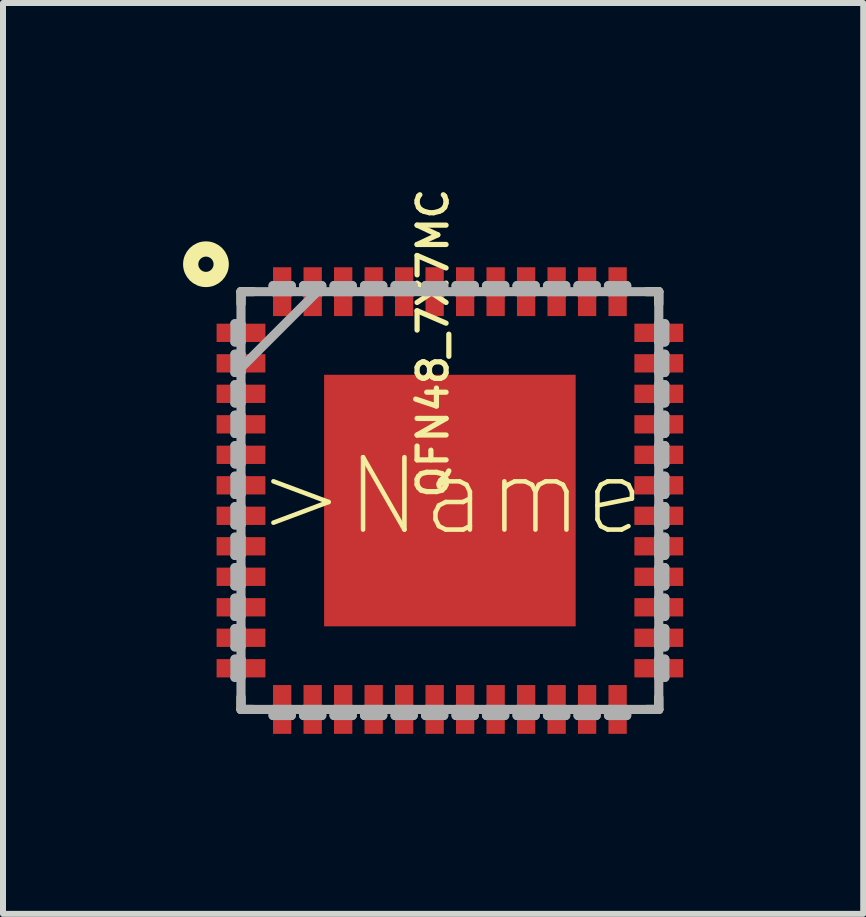
<source format=kicad_pcb>
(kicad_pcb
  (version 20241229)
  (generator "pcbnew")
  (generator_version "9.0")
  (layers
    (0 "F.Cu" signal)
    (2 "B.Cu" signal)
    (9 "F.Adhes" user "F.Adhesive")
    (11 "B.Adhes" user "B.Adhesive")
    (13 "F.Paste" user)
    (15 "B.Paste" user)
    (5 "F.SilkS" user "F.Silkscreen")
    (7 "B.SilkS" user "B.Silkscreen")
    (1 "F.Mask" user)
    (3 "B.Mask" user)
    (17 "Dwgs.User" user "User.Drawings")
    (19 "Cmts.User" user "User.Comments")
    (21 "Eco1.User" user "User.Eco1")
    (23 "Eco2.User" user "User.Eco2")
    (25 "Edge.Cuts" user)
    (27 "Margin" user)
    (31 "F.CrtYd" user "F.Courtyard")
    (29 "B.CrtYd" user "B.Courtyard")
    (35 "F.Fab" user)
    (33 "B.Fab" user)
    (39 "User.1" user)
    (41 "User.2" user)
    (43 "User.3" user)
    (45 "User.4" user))
  (footprint "QFN48_7X7MC"
    (layer "F.Cu")
    (at 4.445 5.289)
    (property "Reference" "QFN48_7X7MC" (at 0 0 90) (layer "F.SilkS") (effects (font (size 0.483 0.483) (thickness 0.087)) (justify left bottom)))
    (attr through_hole)
    (fp_line (start -3.48 -3.48) (end -3.48 -3.277) (stroke (width 0.152) (type solid)) (layer "F.SilkS"))
    (fp_line (start -3.48 3.277) (end -3.48 3.48) (stroke (width 0.152) (type solid)) (layer "F.SilkS"))
    (fp_line (start -3.48 3.48) (end -3.277 3.48) (stroke (width 0.152) (type solid)) (layer "F.SilkS"))
    (fp_line (start -3.277 -3.48) (end -3.48 -3.48) (stroke (width 0.152) (type solid)) (layer "F.SilkS"))
    (fp_line (start 3.277 3.48) (end 3.48 3.48) (stroke (width 0.152) (type solid)) (layer "F.SilkS"))
    (fp_line (start 3.48 -3.48) (end 3.277 -3.48) (stroke (width 0.152) (type solid)) (layer "F.SilkS"))
    (fp_line (start 3.48 -3.277) (end 3.48 -3.48) (stroke (width 0.152) (type solid)) (layer "F.SilkS"))
    (fp_line (start 3.48 3.48) (end 3.48 3.277) (stroke (width 0.152) (type solid)) (layer "F.SilkS"))
    (fp_circle (center -4.064 -3.937) (end -3.81 -3.937) (stroke (width 0.254) (type solid)) (fill no) (layer "F.SilkS"))
    (fp_poly (pts (xy -1.996 -1.996) (xy -1.996 -0.798) (xy -0.798 -0.798) (xy -0.798 -1.996)) (stroke (width 0) (type solid)) (fill yes) (layer "F.Paste"))
    (fp_poly (pts (xy -1.996 -0.599) (xy -1.996 0.599) (xy -0.798 0.599) (xy -0.798 -0.599)) (stroke (width 0) (type solid)) (fill yes) (layer "F.Paste"))
    (fp_poly (pts (xy -1.996 0.798) (xy -1.996 1.996) (xy -0.798 1.996) (xy -0.798 0.798)) (stroke (width 0) (type solid)) (fill yes) (layer "F.Paste"))
    (fp_poly (pts (xy -0.599 -1.996) (xy -0.599 -0.798) (xy 0.599 -0.798) (xy 0.599 -1.996)) (stroke (width 0) (type solid)) (fill yes) (layer "F.Paste"))
    (fp_poly (pts (xy -0.599 -0.599) (xy -0.599 0.599) (xy 0.599 0.599) (xy 0.599 -0.599)) (stroke (width 0) (type solid)) (fill yes) (layer "F.Paste"))
    (fp_poly (pts (xy -0.599 0.798) (xy -0.599 1.996) (xy 0.599 1.996) (xy 0.599 0.798)) (stroke (width 0) (type solid)) (fill yes) (layer "F.Paste"))
    (fp_poly (pts (xy 0.798 -1.996) (xy 0.798 -0.798) (xy 1.996 -0.798) (xy 1.996 -1.996)) (stroke (width 0) (type solid)) (fill yes) (layer "F.Paste"))
    (fp_poly (pts (xy 0.798 -0.599) (xy 0.798 0.599) (xy 1.996 0.599) (xy 1.996 -0.599)) (stroke (width 0) (type solid)) (fill yes) (layer "F.Paste"))
    (fp_poly (pts (xy 0.798 0.798) (xy 0.798 1.996) (xy 1.996 1.996) (xy 1.996 0.798)) (stroke (width 0) (type solid)) (fill yes) (layer "F.Paste"))
    (fp_line (start -3.581 -2.946) (end -3.581 -2.642) (stroke (width 0.152) (type solid)) (layer "F.Fab"))
    (fp_line (start -3.581 -2.642) (end -3.48 -2.642) (stroke (width 0.152) (type solid)) (layer "F.Fab"))
    (fp_line (start -3.581 -2.438) (end -3.581 -2.134) (stroke (width 0.152) (type solid)) (layer "F.Fab"))
    (fp_line (start -3.581 -2.134) (end -3.48 -2.134) (stroke (width 0.152) (type solid)) (layer "F.Fab"))
    (fp_line (start -3.581 -1.93) (end -3.581 -1.626) (stroke (width 0.152) (type solid)) (layer "F.Fab"))
    (fp_line (start -3.581 -1.626) (end -3.48 -1.626) (stroke (width 0.152) (type solid)) (layer "F.Fab"))
    (fp_line (start -3.581 -1.422) (end -3.581 -1.118) (stroke (width 0.152) (type solid)) (layer "F.Fab"))
    (fp_line (start -3.581 -1.118) (end -3.48 -1.118) (stroke (width 0.152) (type solid)) (layer "F.Fab"))
    (fp_line (start -3.581 -0.914) (end -3.581 -0.61) (stroke (width 0.152) (type solid)) (layer "F.Fab"))
    (fp_line (start -3.581 -0.61) (end -3.48 -0.61) (stroke (width 0.152) (type solid)) (layer "F.Fab"))
    (fp_line (start -3.581 -0.406) (end -3.581 -0.102) (stroke (width 0.152) (type solid)) (layer "F.Fab"))
    (fp_line (start -3.581 -0.102) (end -3.48 -0.102) (stroke (width 0.152) (type solid)) (layer "F.Fab"))
    (fp_line (start -3.581 0.102) (end -3.581 0.406) (stroke (width 0.152) (type solid)) (layer "F.Fab"))
    (fp_line (start -3.581 0.406) (end -3.48 0.406) (stroke (width 0.152) (type solid)) (layer "F.Fab"))
    (fp_line (start -3.581 0.61) (end -3.581 0.914) (stroke (width 0.152) (type solid)) (layer "F.Fab"))
    (fp_line (start -3.581 0.914) (end -3.48 0.914) (stroke (width 0.152) (type solid)) (layer "F.Fab"))
    (fp_line (start -3.581 1.118) (end -3.581 1.422) (stroke (width 0.152) (type solid)) (layer "F.Fab"))
    (fp_line (start -3.581 1.422) (end -3.48 1.422) (stroke (width 0.152) (type solid)) (layer "F.Fab"))
    (fp_line (start -3.581 1.626) (end -3.581 1.93) (stroke (width 0.152) (type solid)) (layer "F.Fab"))
    (fp_line (start -3.581 1.93) (end -3.48 1.93) (stroke (width 0.152) (type solid)) (layer "F.Fab"))
    (fp_line (start -3.581 2.134) (end -3.581 2.438) (stroke (width 0.152) (type solid)) (layer "F.Fab"))
    (fp_line (start -3.581 2.438) (end -3.48 2.438) (stroke (width 0.152) (type solid)) (layer "F.Fab"))
    (fp_line (start -3.581 2.642) (end -3.581 2.946) (stroke (width 0.152) (type solid)) (layer "F.Fab"))
    (fp_line (start -3.581 2.946) (end -3.48 2.946) (stroke (width 0.152) (type solid)) (layer "F.Fab"))
    (fp_line (start -3.48 -3.48) (end -3.48 3.48) (stroke (width 0.152) (type solid)) (layer "F.Fab"))
    (fp_line (start -3.48 -2.946) (end -3.581 -2.946) (stroke (width 0.152) (type solid)) (layer "F.Fab"))
    (fp_line (start -3.48 -2.642) (end -3.48 -2.946) (stroke (width 0.152) (type solid)) (layer "F.Fab"))
    (fp_line (start -3.48 -2.438) (end -3.581 -2.438) (stroke (width 0.152) (type solid)) (layer "F.Fab"))
    (fp_line (start -3.48 -2.21) (end -2.21 -3.48) (stroke (width 0.152) (type solid)) (layer "F.Fab"))
    (fp_line (start -3.48 -2.134) (end -3.48 -2.438) (stroke (width 0.152) (type solid)) (layer "F.Fab"))
    (fp_line (start -3.48 -1.93) (end -3.581 -1.93) (stroke (width 0.152) (type solid)) (layer "F.Fab"))
    (fp_line (start -3.48 -1.626) (end -3.48 -1.93) (stroke (width 0.152) (type solid)) (layer "F.Fab"))
    (fp_line (start -3.48 -1.422) (end -3.581 -1.422) (stroke (width 0.152) (type solid)) (layer "F.Fab"))
    (fp_line (start -3.48 -1.118) (end -3.48 -1.422) (stroke (width 0.152) (type solid)) (layer "F.Fab"))
    (fp_line (start -3.48 -0.914) (end -3.581 -0.914) (stroke (width 0.152) (type solid)) (layer "F.Fab"))
    (fp_line (start -3.48 -0.61) (end -3.48 -0.914) (stroke (width 0.152) (type solid)) (layer "F.Fab"))
    (fp_line (start -3.48 -0.406) (end -3.581 -0.406) (stroke (width 0.152) (type solid)) (layer "F.Fab"))
    (fp_line (start -3.48 -0.102) (end -3.48 -0.406) (stroke (width 0.152) (type solid)) (layer "F.Fab"))
    (fp_line (start -3.48 0.102) (end -3.581 0.102) (stroke (width 0.152) (type solid)) (layer "F.Fab"))
    (fp_line (start -3.48 0.406) (end -3.48 0.102) (stroke (width 0.152) (type solid)) (layer "F.Fab"))
    (fp_line (start -3.48 0.61) (end -3.581 0.61) (stroke (width 0.152) (type solid)) (layer "F.Fab"))
    (fp_line (start -3.48 0.914) (end -3.48 0.61) (stroke (width 0.152) (type solid)) (layer "F.Fab"))
    (fp_line (start -3.48 1.118) (end -3.581 1.118) (stroke (width 0.152) (type solid)) (layer "F.Fab"))
    (fp_line (start -3.48 1.422) (end -3.48 1.118) (stroke (width 0.152) (type solid)) (layer "F.Fab"))
    (fp_line (start -3.48 1.626) (end -3.581 1.626) (stroke (width 0.152) (type solid)) (layer "F.Fab"))
    (fp_line (start -3.48 1.93) (end -3.48 1.626) (stroke (width 0.152) (type solid)) (layer "F.Fab"))
    (fp_line (start -3.48 2.134) (end -3.581 2.134) (stroke (width 0.152) (type solid)) (layer "F.Fab"))
    (fp_line (start -3.48 2.438) (end -3.48 2.134) (stroke (width 0.152) (type solid)) (layer "F.Fab"))
    (fp_line (start -3.48 2.642) (end -3.581 2.642) (stroke (width 0.152) (type solid)) (layer "F.Fab"))
    (fp_line (start -3.48 2.946) (end -3.48 2.642) (stroke (width 0.152) (type solid)) (layer "F.Fab"))
    (fp_line (start -3.48 3.48) (end 3.48 3.48) (stroke (width 0.152) (type solid)) (layer "F.Fab"))
    (fp_line (start -2.946 -3.581) (end -2.946 -3.48) (stroke (width 0.152) (type solid)) (layer "F.Fab"))
    (fp_line (start -2.946 -3.48) (end -2.642 -3.48) (stroke (width 0.152) (type solid)) (layer "F.Fab"))
    (fp_line (start -2.946 3.48) (end -2.946 3.581) (stroke (width 0.152) (type solid)) (layer "F.Fab"))
    (fp_line (start -2.946 3.581) (end -2.642 3.581) (stroke (width 0.152) (type solid)) (layer "F.Fab"))
    (fp_line (start -2.642 -3.581) (end -2.946 -3.581) (stroke (width 0.152) (type solid)) (layer "F.Fab"))
    (fp_line (start -2.642 -3.48) (end -2.642 -3.581) (stroke (width 0.152) (type solid)) (layer "F.Fab"))
    (fp_line (start -2.642 3.48) (end -2.946 3.48) (stroke (width 0.152) (type solid)) (layer "F.Fab"))
    (fp_line (start -2.642 3.581) (end -2.642 3.48) (stroke (width 0.152) (type solid)) (layer "F.Fab"))
    (fp_line (start -2.438 -3.581) (end -2.438 -3.48) (stroke (width 0.152) (type solid)) (layer "F.Fab"))
    (fp_line (start -2.438 -3.48) (end -2.134 -3.48) (stroke (width 0.152) (type solid)) (layer "F.Fab"))
    (fp_line (start -2.438 3.48) (end -2.438 3.581) (stroke (width 0.152) (type solid)) (layer "F.Fab"))
    (fp_line (start -2.438 3.581) (end -2.134 3.581) (stroke (width 0.152) (type solid)) (layer "F.Fab"))
    (fp_line (start -2.134 -3.581) (end -2.438 -3.581) (stroke (width 0.152) (type solid)) (layer "F.Fab"))
    (fp_line (start -2.134 -3.48) (end -2.134 -3.581) (stroke (width 0.152) (type solid)) (layer "F.Fab"))
    (fp_line (start -2.134 3.48) (end -2.438 3.48) (stroke (width 0.152) (type solid)) (layer "F.Fab"))
    (fp_line (start -2.134 3.581) (end -2.134 3.48) (stroke (width 0.152) (type solid)) (layer "F.Fab"))
    (fp_line (start -1.93 -3.581) (end -1.93 -3.48) (stroke (width 0.152) (type solid)) (layer "F.Fab"))
    (fp_line (start -1.93 -3.48) (end -1.626 -3.48) (stroke (width 0.152) (type solid)) (layer "F.Fab"))
    (fp_line (start -1.93 3.48) (end -1.93 3.581) (stroke (width 0.152) (type solid)) (layer "F.Fab"))
    (fp_line (start -1.93 3.581) (end -1.626 3.581) (stroke (width 0.152) (type solid)) (layer "F.Fab"))
    (fp_line (start -1.626 -3.581) (end -1.93 -3.581) (stroke (width 0.152) (type solid)) (layer "F.Fab"))
    (fp_line (start -1.626 -3.48) (end -1.626 -3.581) (stroke (width 0.152) (type solid)) (layer "F.Fab"))
    (fp_line (start -1.626 3.48) (end -1.93 3.48) (stroke (width 0.152) (type solid)) (layer "F.Fab"))
    (fp_line (start -1.626 3.581) (end -1.626 3.48) (stroke (width 0.152) (type solid)) (layer "F.Fab"))
    (fp_line (start -1.422 -3.581) (end -1.422 -3.48) (stroke (width 0.152) (type solid)) (layer "F.Fab"))
    (fp_line (start -1.422 -3.48) (end -1.118 -3.48) (stroke (width 0.152) (type solid)) (layer "F.Fab"))
    (fp_line (start -1.422 3.48) (end -1.422 3.581) (stroke (width 0.152) (type solid)) (layer "F.Fab"))
    (fp_line (start -1.422 3.581) (end -1.118 3.581) (stroke (width 0.152) (type solid)) (layer "F.Fab"))
    (fp_line (start -1.118 -3.581) (end -1.422 -3.581) (stroke (width 0.152) (type solid)) (layer "F.Fab"))
    (fp_line (start -1.118 -3.48) (end -1.118 -3.581) (stroke (width 0.152) (type solid)) (layer "F.Fab"))
    (fp_line (start -1.118 3.48) (end -1.422 3.48) (stroke (width 0.152) (type solid)) (layer "F.Fab"))
    (fp_line (start -1.118 3.581) (end -1.118 3.48) (stroke (width 0.152) (type solid)) (layer "F.Fab"))
    (fp_line (start -0.914 -3.581) (end -0.914 -3.48) (stroke (width 0.152) (type solid)) (layer "F.Fab"))
    (fp_line (start -0.914 -3.48) (end -0.61 -3.48) (stroke (width 0.152) (type solid)) (layer "F.Fab"))
    (fp_line (start -0.914 3.48) (end -0.914 3.581) (stroke (width 0.152) (type solid)) (layer "F.Fab"))
    (fp_line (start -0.914 3.581) (end -0.61 3.581) (stroke (width 0.152) (type solid)) (layer "F.Fab"))
    (fp_line (start -0.61 -3.581) (end -0.914 -3.581) (stroke (width 0.152) (type solid)) (layer "F.Fab"))
    (fp_line (start -0.61 -3.48) (end -0.61 -3.581) (stroke (width 0.152) (type solid)) (layer "F.Fab"))
    (fp_line (start -0.61 3.48) (end -0.914 3.48) (stroke (width 0.152) (type solid)) (layer "F.Fab"))
    (fp_line (start -0.61 3.581) (end -0.61 3.48) (stroke (width 0.152) (type solid)) (layer "F.Fab"))
    (fp_line (start -0.406 -3.581) (end -0.406 -3.48) (stroke (width 0.152) (type solid)) (layer "F.Fab"))
    (fp_line (start -0.406 -3.48) (end -0.102 -3.48) (stroke (width 0.152) (type solid)) (layer "F.Fab"))
    (fp_line (start -0.406 3.48) (end -0.406 3.581) (stroke (width 0.152) (type solid)) (layer "F.Fab"))
    (fp_line (start -0.406 3.581) (end -0.102 3.581) (stroke (width 0.152) (type solid)) (layer "F.Fab"))
    (fp_line (start -0.102 -3.581) (end -0.406 -3.581) (stroke (width 0.152) (type solid)) (layer "F.Fab"))
    (fp_line (start -0.102 -3.48) (end -0.102 -3.581) (stroke (width 0.152) (type solid)) (layer "F.Fab"))
    (fp_line (start -0.102 3.48) (end -0.406 3.48) (stroke (width 0.152) (type solid)) (layer "F.Fab"))
    (fp_line (start -0.102 3.581) (end -0.102 3.48) (stroke (width 0.152) (type solid)) (layer "F.Fab"))
    (fp_line (start 0.102 -3.581) (end 0.102 -3.48) (stroke (width 0.152) (type solid)) (layer "F.Fab"))
    (fp_line (start 0.102 -3.48) (end 0.406 -3.48) (stroke (width 0.152) (type solid)) (layer "F.Fab"))
    (fp_line (start 0.102 3.48) (end 0.102 3.581) (stroke (width 0.152) (type solid)) (layer "F.Fab"))
    (fp_line (start 0.102 3.581) (end 0.406 3.581) (stroke (width 0.152) (type solid)) (layer "F.Fab"))
    (fp_line (start 0.406 -3.581) (end 0.102 -3.581) (stroke (width 0.152) (type solid)) (layer "F.Fab"))
    (fp_line (start 0.406 -3.48) (end 0.406 -3.581) (stroke (width 0.152) (type solid)) (layer "F.Fab"))
    (fp_line (start 0.406 3.48) (end 0.102 3.48) (stroke (width 0.152) (type solid)) (layer "F.Fab"))
    (fp_line (start 0.406 3.581) (end 0.406 3.48) (stroke (width 0.152) (type solid)) (layer "F.Fab"))
    (fp_line (start 0.61 -3.581) (end 0.61 -3.48) (stroke (width 0.152) (type solid)) (layer "F.Fab"))
    (fp_line (start 0.61 -3.48) (end 0.914 -3.48) (stroke (width 0.152) (type solid)) (layer "F.Fab"))
    (fp_line (start 0.61 3.48) (end 0.61 3.581) (stroke (width 0.152) (type solid)) (layer "F.Fab"))
    (fp_line (start 0.61 3.581) (end 0.914 3.581) (stroke (width 0.152) (type solid)) (layer "F.Fab"))
    (fp_line (start 0.914 -3.581) (end 0.61 -3.581) (stroke (width 0.152) (type solid)) (layer "F.Fab"))
    (fp_line (start 0.914 -3.48) (end 0.914 -3.581) (stroke (width 0.152) (type solid)) (layer "F.Fab"))
    (fp_line (start 0.914 3.48) (end 0.61 3.48) (stroke (width 0.152) (type solid)) (layer "F.Fab"))
    (fp_line (start 0.914 3.581) (end 0.914 3.48) (stroke (width 0.152) (type solid)) (layer "F.Fab"))
    (fp_line (start 1.118 -3.581) (end 1.118 -3.48) (stroke (width 0.152) (type solid)) (layer "F.Fab"))
    (fp_line (start 1.118 -3.48) (end 1.422 -3.48) (stroke (width 0.152) (type solid)) (layer "F.Fab"))
    (fp_line (start 1.118 3.48) (end 1.118 3.581) (stroke (width 0.152) (type solid)) (layer "F.Fab"))
    (fp_line (start 1.118 3.581) (end 1.422 3.581) (stroke (width 0.152) (type solid)) (layer "F.Fab"))
    (fp_line (start 1.422 -3.581) (end 1.118 -3.581) (stroke (width 0.152) (type solid)) (layer "F.Fab"))
    (fp_line (start 1.422 -3.48) (end 1.422 -3.581) (stroke (width 0.152) (type solid)) (layer "F.Fab"))
    (fp_line (start 1.422 3.48) (end 1.118 3.48) (stroke (width 0.152) (type solid)) (layer "F.Fab"))
    (fp_line (start 1.422 3.581) (end 1.422 3.48) (stroke (width 0.152) (type solid)) (layer "F.Fab"))
    (fp_line (start 1.626 -3.581) (end 1.626 -3.48) (stroke (width 0.152) (type solid)) (layer "F.Fab"))
    (fp_line (start 1.626 -3.48) (end 1.93 -3.48) (stroke (width 0.152) (type solid)) (layer "F.Fab"))
    (fp_line (start 1.626 3.48) (end 1.626 3.581) (stroke (width 0.152) (type solid)) (layer "F.Fab"))
    (fp_line (start 1.626 3.581) (end 1.93 3.581) (stroke (width 0.152) (type solid)) (layer "F.Fab"))
    (fp_line (start 1.93 -3.581) (end 1.626 -3.581) (stroke (width 0.152) (type solid)) (layer "F.Fab"))
    (fp_line (start 1.93 -3.48) (end 1.93 -3.581) (stroke (width 0.152) (type solid)) (layer "F.Fab"))
    (fp_line (start 1.93 3.48) (end 1.626 3.48) (stroke (width 0.152) (type solid)) (layer "F.Fab"))
    (fp_line (start 1.93 3.581) (end 1.93 3.48) (stroke (width 0.152) (type solid)) (layer "F.Fab"))
    (fp_line (start 2.134 -3.581) (end 2.134 -3.48) (stroke (width 0.152) (type solid)) (layer "F.Fab"))
    (fp_line (start 2.134 -3.48) (end 2.438 -3.48) (stroke (width 0.152) (type solid)) (layer "F.Fab"))
    (fp_line (start 2.134 3.48) (end 2.134 3.581) (stroke (width 0.152) (type solid)) (layer "F.Fab"))
    (fp_line (start 2.134 3.581) (end 2.438 3.581) (stroke (width 0.152) (type solid)) (layer "F.Fab"))
    (fp_line (start 2.438 -3.581) (end 2.134 -3.581) (stroke (width 0.152) (type solid)) (layer "F.Fab"))
    (fp_line (start 2.438 -3.48) (end 2.438 -3.581) (stroke (width 0.152) (type solid)) (layer "F.Fab"))
    (fp_line (start 2.438 3.48) (end 2.134 3.48) (stroke (width 0.152) (type solid)) (layer "F.Fab"))
    (fp_line (start 2.438 3.581) (end 2.438 3.48) (stroke (width 0.152) (type solid)) (layer "F.Fab"))
    (fp_line (start 2.642 -3.581) (end 2.642 -3.48) (stroke (width 0.152) (type solid)) (layer "F.Fab"))
    (fp_line (start 2.642 -3.48) (end 2.946 -3.48) (stroke (width 0.152) (type solid)) (layer "F.Fab"))
    (fp_line (start 2.642 3.48) (end 2.642 3.581) (stroke (width 0.152) (type solid)) (layer "F.Fab"))
    (fp_line (start 2.642 3.581) (end 2.946 3.581) (stroke (width 0.152) (type solid)) (layer "F.Fab"))
    (fp_line (start 2.946 -3.581) (end 2.642 -3.581) (stroke (width 0.152) (type solid)) (layer "F.Fab"))
    (fp_line (start 2.946 -3.48) (end 2.946 -3.581) (stroke (width 0.152) (type solid)) (layer "F.Fab"))
    (fp_line (start 2.946 3.48) (end 2.642 3.48) (stroke (width 0.152) (type solid)) (layer "F.Fab"))
    (fp_line (start 2.946 3.581) (end 2.946 3.48) (stroke (width 0.152) (type solid)) (layer "F.Fab"))
    (fp_line (start 3.48 -3.48) (end -3.48 -3.48) (stroke (width 0.152) (type solid)) (layer "F.Fab"))
    (fp_line (start 3.48 -2.946) (end 3.48 -2.642) (stroke (width 0.152) (type solid)) (layer "F.Fab"))
    (fp_line (start 3.48 -2.642) (end 3.581 -2.642) (stroke (width 0.152) (type solid)) (layer "F.Fab"))
    (fp_line (start 3.48 -2.438) (end 3.48 -2.134) (stroke (width 0.152) (type solid)) (layer "F.Fab"))
    (fp_line (start 3.48 -2.134) (end 3.581 -2.134) (stroke (width 0.152) (type solid)) (layer "F.Fab"))
    (fp_line (start 3.48 -1.93) (end 3.48 -1.626) (stroke (width 0.152) (type solid)) (layer "F.Fab"))
    (fp_line (start 3.48 -1.626) (end 3.581 -1.626) (stroke (width 0.152) (type solid)) (layer "F.Fab"))
    (fp_line (start 3.48 -1.422) (end 3.48 -1.118) (stroke (width 0.152) (type solid)) (layer "F.Fab"))
    (fp_line (start 3.48 -1.118) (end 3.581 -1.118) (stroke (width 0.152) (type solid)) (layer "F.Fab"))
    (fp_line (start 3.48 -0.914) (end 3.48 -0.61) (stroke (width 0.152) (type solid)) (layer "F.Fab"))
    (fp_line (start 3.48 -0.61) (end 3.581 -0.61) (stroke (width 0.152) (type solid)) (layer "F.Fab"))
    (fp_line (start 3.48 -0.406) (end 3.48 -0.102) (stroke (width 0.152) (type solid)) (layer "F.Fab"))
    (fp_line (start 3.48 -0.102) (end 3.581 -0.102) (stroke (width 0.152) (type solid)) (layer "F.Fab"))
    (fp_line (start 3.48 0.102) (end 3.48 0.406) (stroke (width 0.152) (type solid)) (layer "F.Fab"))
    (fp_line (start 3.48 0.406) (end 3.581 0.406) (stroke (width 0.152) (type solid)) (layer "F.Fab"))
    (fp_line (start 3.48 0.61) (end 3.48 0.914) (stroke (width 0.152) (type solid)) (layer "F.Fab"))
    (fp_line (start 3.48 0.914) (end 3.581 0.914) (stroke (width 0.152) (type solid)) (layer "F.Fab"))
    (fp_line (start 3.48 1.118) (end 3.48 1.422) (stroke (width 0.152) (type solid)) (layer "F.Fab"))
    (fp_line (start 3.48 1.422) (end 3.581 1.422) (stroke (width 0.152) (type solid)) (layer "F.Fab"))
    (fp_line (start 3.48 1.626) (end 3.48 1.93) (stroke (width 0.152) (type solid)) (layer "F.Fab"))
    (fp_line (start 3.48 1.93) (end 3.581 1.93) (stroke (width 0.152) (type solid)) (layer "F.Fab"))
    (fp_line (start 3.48 2.134) (end 3.48 2.438) (stroke (width 0.152) (type solid)) (layer "F.Fab"))
    (fp_line (start 3.48 2.438) (end 3.581 2.438) (stroke (width 0.152) (type solid)) (layer "F.Fab"))
    (fp_line (start 3.48 2.642) (end 3.48 2.946) (stroke (width 0.152) (type solid)) (layer "F.Fab"))
    (fp_line (start 3.48 2.946) (end 3.581 2.946) (stroke (width 0.152) (type solid)) (layer "F.Fab"))
    (fp_line (start 3.48 3.48) (end 3.48 -3.48) (stroke (width 0.152) (type solid)) (layer "F.Fab"))
    (fp_line (start 3.581 -2.946) (end 3.48 -2.946) (stroke (width 0.152) (type solid)) (layer "F.Fab"))
    (fp_line (start 3.581 -2.642) (end 3.581 -2.946) (stroke (width 0.152) (type solid)) (layer "F.Fab"))
    (fp_line (start 3.581 -2.438) (end 3.48 -2.438) (stroke (width 0.152) (type solid)) (layer "F.Fab"))
    (fp_line (start 3.581 -2.134) (end 3.581 -2.438) (stroke (width 0.152) (type solid)) (layer "F.Fab"))
    (fp_line (start 3.581 -1.93) (end 3.48 -1.93) (stroke (width 0.152) (type solid)) (layer "F.Fab"))
    (fp_line (start 3.581 -1.626) (end 3.581 -1.93) (stroke (width 0.152) (type solid)) (layer "F.Fab"))
    (fp_line (start 3.581 -1.422) (end 3.48 -1.422) (stroke (width 0.152) (type solid)) (layer "F.Fab"))
    (fp_line (start 3.581 -1.118) (end 3.581 -1.422) (stroke (width 0.152) (type solid)) (layer "F.Fab"))
    (fp_line (start 3.581 -0.914) (end 3.48 -0.914) (stroke (width 0.152) (type solid)) (layer "F.Fab"))
    (fp_line (start 3.581 -0.61) (end 3.581 -0.914) (stroke (width 0.152) (type solid)) (layer "F.Fab"))
    (fp_line (start 3.581 -0.406) (end 3.48 -0.406) (stroke (width 0.152) (type solid)) (layer "F.Fab"))
    (fp_line (start 3.581 -0.102) (end 3.581 -0.406) (stroke (width 0.152) (type solid)) (layer "F.Fab"))
    (fp_line (start 3.581 0.102) (end 3.48 0.102) (stroke (width 0.152) (type solid)) (layer "F.Fab"))
    (fp_line (start 3.581 0.406) (end 3.581 0.102) (stroke (width 0.152) (type solid)) (layer "F.Fab"))
    (fp_line (start 3.581 0.61) (end 3.48 0.61) (stroke (width 0.152) (type solid)) (layer "F.Fab"))
    (fp_line (start 3.581 0.914) (end 3.581 0.61) (stroke (width 0.152) (type solid)) (layer "F.Fab"))
    (fp_line (start 3.581 1.118) (end 3.48 1.118) (stroke (width 0.152) (type solid)) (layer "F.Fab"))
    (fp_line (start 3.581 1.422) (end 3.581 1.118) (stroke (width 0.152) (type solid)) (layer "F.Fab"))
    (fp_line (start 3.581 1.626) (end 3.48 1.626) (stroke (width 0.152) (type solid)) (layer "F.Fab"))
    (fp_line (start 3.581 1.93) (end 3.581 1.626) (stroke (width 0.152) (type solid)) (layer "F.Fab"))
    (fp_line (start 3.581 2.134) (end 3.48 2.134) (stroke (width 0.152) (type solid)) (layer "F.Fab"))
    (fp_line (start 3.581 2.438) (end 3.581 2.134) (stroke (width 0.152) (type solid)) (layer "F.Fab"))
    (fp_line (start 3.581 2.642) (end 3.48 2.642) (stroke (width 0.152) (type solid)) (layer "F.Fab"))
    (fp_line (start 3.581 2.946) (end 3.581 2.642) (stroke (width 0.152) (type solid)) (layer "F.Fab"))
    (fp_text user ">Name" (at -3.277 0.635 0) (layer "F.SilkS") (effects (font (size 1.206 1.206) (thickness 0.076)) (justify left bottom)))
    (pad "1" smd rect (at -3.48 -2.794 270) (size 0.305 0.813) (layers "F.Cu" "F.Mask" "F.Paste"))
    (pad "2" smd rect (at -3.48 -2.286 270) (size 0.305 0.813) (layers "F.Cu" "F.Mask" "F.Paste"))
    (pad "3" smd rect (at -3.48 -1.778 270) (size 0.305 0.813) (layers "F.Cu" "F.Mask" "F.Paste"))
    (pad "4" smd rect (at -3.48 -1.27 270) (size 0.305 0.813) (layers "F.Cu" "F.Mask" "F.Paste"))
    (pad "5" smd rect (at -3.48 -0.762 270) (size 0.305 0.813) (layers "F.Cu" "F.Mask" "F.Paste"))
    (pad "6" smd rect (at -3.48 -0.254 270) (size 0.305 0.813) (layers "F.Cu" "F.Mask" "F.Paste"))
    (pad "7" smd rect (at -3.48 0.254 270) (size 0.305 0.813) (layers "F.Cu" "F.Mask" "F.Paste"))
    (pad "8" smd rect (at -3.48 0.762 270) (size 0.305 0.813) (layers "F.Cu" "F.Mask" "F.Paste"))
    (pad "9" smd rect (at -3.48 1.27 270) (size 0.305 0.813) (layers "F.Cu" "F.Mask" "F.Paste"))
    (pad "10" smd rect (at -3.48 1.778 270) (size 0.305 0.813) (layers "F.Cu" "F.Mask" "F.Paste"))
    (pad "11" smd rect (at -3.48 2.286 270) (size 0.305 0.813) (layers "F.Cu" "F.Mask" "F.Paste"))
    (pad "12" smd rect (at -3.48 2.794 270) (size 0.305 0.813) (layers "F.Cu" "F.Mask" "F.Paste"))
    (pad "13" smd rect (at -2.794 3.48 180) (size 0.305 0.813) (layers "F.Cu" "F.Mask" "F.Paste"))
    (pad "14" smd rect (at -2.286 3.48 180) (size 0.305 0.813) (layers "F.Cu" "F.Mask" "F.Paste"))
    (pad "15" smd rect (at -1.778 3.48 180) (size 0.305 0.813) (layers "F.Cu" "F.Mask" "F.Paste"))
    (pad "16" smd rect (at -1.27 3.48 180) (size 0.305 0.813) (layers "F.Cu" "F.Mask" "F.Paste"))
    (pad "17" smd rect (at -0.762 3.48 180) (size 0.305 0.813) (layers "F.Cu" "F.Mask" "F.Paste"))
    (pad "18" smd rect (at -0.254 3.48 180) (size 0.305 0.813) (layers "F.Cu" "F.Mask" "F.Paste"))
    (pad "19" smd rect (at 0.254 3.48 180) (size 0.305 0.813) (layers "F.Cu" "F.Mask" "F.Paste"))
    (pad "20" smd rect (at 0.762 3.48 180) (size 0.305 0.813) (layers "F.Cu" "F.Mask" "F.Paste"))
    (pad "21" smd rect (at 1.27 3.48 180) (size 0.305 0.813) (layers "F.Cu" "F.Mask" "F.Paste"))
    (pad "22" smd rect (at 1.778 3.48 180) (size 0.305 0.813) (layers "F.Cu" "F.Mask" "F.Paste"))
    (pad "23" smd rect (at 2.286 3.48 180) (size 0.305 0.813) (layers "F.Cu" "F.Mask" "F.Paste"))
    (pad "24" smd rect (at 2.794 3.48 180) (size 0.305 0.813) (layers "F.Cu" "F.Mask" "F.Paste"))
    (pad "25" smd rect (at 3.48 2.794 270) (size 0.305 0.813) (layers "F.Cu" "F.Mask" "F.Paste"))
    (pad "26" smd rect (at 3.48 2.286 270) (size 0.305 0.813) (layers "F.Cu" "F.Mask" "F.Paste"))
    (pad "27" smd rect (at 3.48 1.778 270) (size 0.305 0.813) (layers "F.Cu" "F.Mask" "F.Paste"))
    (pad "28" smd rect (at 3.48 1.27 270) (size 0.305 0.813) (layers "F.Cu" "F.Mask" "F.Paste"))
    (pad "29" smd rect (at 3.48 0.762 270) (size 0.305 0.813) (layers "F.Cu" "F.Mask" "F.Paste"))
    (pad "30" smd rect (at 3.48 0.254 270) (size 0.305 0.813) (layers "F.Cu" "F.Mask" "F.Paste"))
    (pad "31" smd rect (at 3.48 -0.254 270) (size 0.305 0.813) (layers "F.Cu" "F.Mask" "F.Paste"))
    (pad "32" smd rect (at 3.48 -0.762 270) (size 0.305 0.813) (layers "F.Cu" "F.Mask" "F.Paste"))
    (pad "33" smd rect (at 3.48 -1.27 270) (size 0.305 0.813) (layers "F.Cu" "F.Mask" "F.Paste"))
    (pad "34" smd rect (at 3.48 -1.778 270) (size 0.305 0.813) (layers "F.Cu" "F.Mask" "F.Paste"))
    (pad "35" smd rect (at 3.48 -2.286 270) (size 0.305 0.813) (layers "F.Cu" "F.Mask" "F.Paste"))
    (pad "36" smd rect (at 3.48 -2.794 270) (size 0.305 0.813) (layers "F.Cu" "F.Mask" "F.Paste"))
    (pad "37" smd rect (at 2.794 -3.48 180) (size 0.305 0.813) (layers "F.Cu" "F.Mask" "F.Paste"))
    (pad "38" smd rect (at 2.286 -3.48 180) (size 0.305 0.813) (layers "F.Cu" "F.Mask" "F.Paste"))
    (pad "39" smd rect (at 1.778 -3.48 180) (size 0.305 0.813) (layers "F.Cu" "F.Mask" "F.Paste"))
    (pad "40" smd rect (at 1.27 -3.48 180) (size 0.305 0.813) (layers "F.Cu" "F.Mask" "F.Paste"))
    (pad "41" smd rect (at 0.762 -3.48 180) (size 0.305 0.813) (layers "F.Cu" "F.Mask" "F.Paste"))
    (pad "42" smd rect (at 0.254 -3.48 180) (size 0.305 0.813) (layers "F.Cu" "F.Mask" "F.Paste"))
    (pad "43" smd rect (at -0.254 -3.48 180) (size 0.305 0.813) (layers "F.Cu" "F.Mask" "F.Paste"))
    (pad "44" smd rect (at -0.762 -3.48 180) (size 0.305 0.813) (layers "F.Cu" "F.Mask" "F.Paste"))
    (pad "45" smd rect (at -1.27 -3.48 180) (size 0.305 0.813) (layers "F.Cu" "F.Mask" "F.Paste"))
    (pad "46" smd rect (at -1.778 -3.48 180) (size 0.305 0.813) (layers "F.Cu" "F.Mask" "F.Paste"))
    (pad "47" smd rect (at -2.286 -3.48 180) (size 0.305 0.813) (layers "F.Cu" "F.Mask" "F.Paste"))
    (pad "48" smd rect (at -2.794 -3.48 180) (size 0.305 0.813) (layers "F.Cu" "F.Mask" "F.Paste"))
    (pad "49" smd rect (at 0 0) (size 4.191 4.191) (layers "F.Cu" "F.Mask")))
  (gr_rect
    (start -3 -3)
    (end 11.331 12.175)
    (stroke (width 0.1) (type default))
    (fill no)
    (layer "Edge.Cuts")))
</source>
